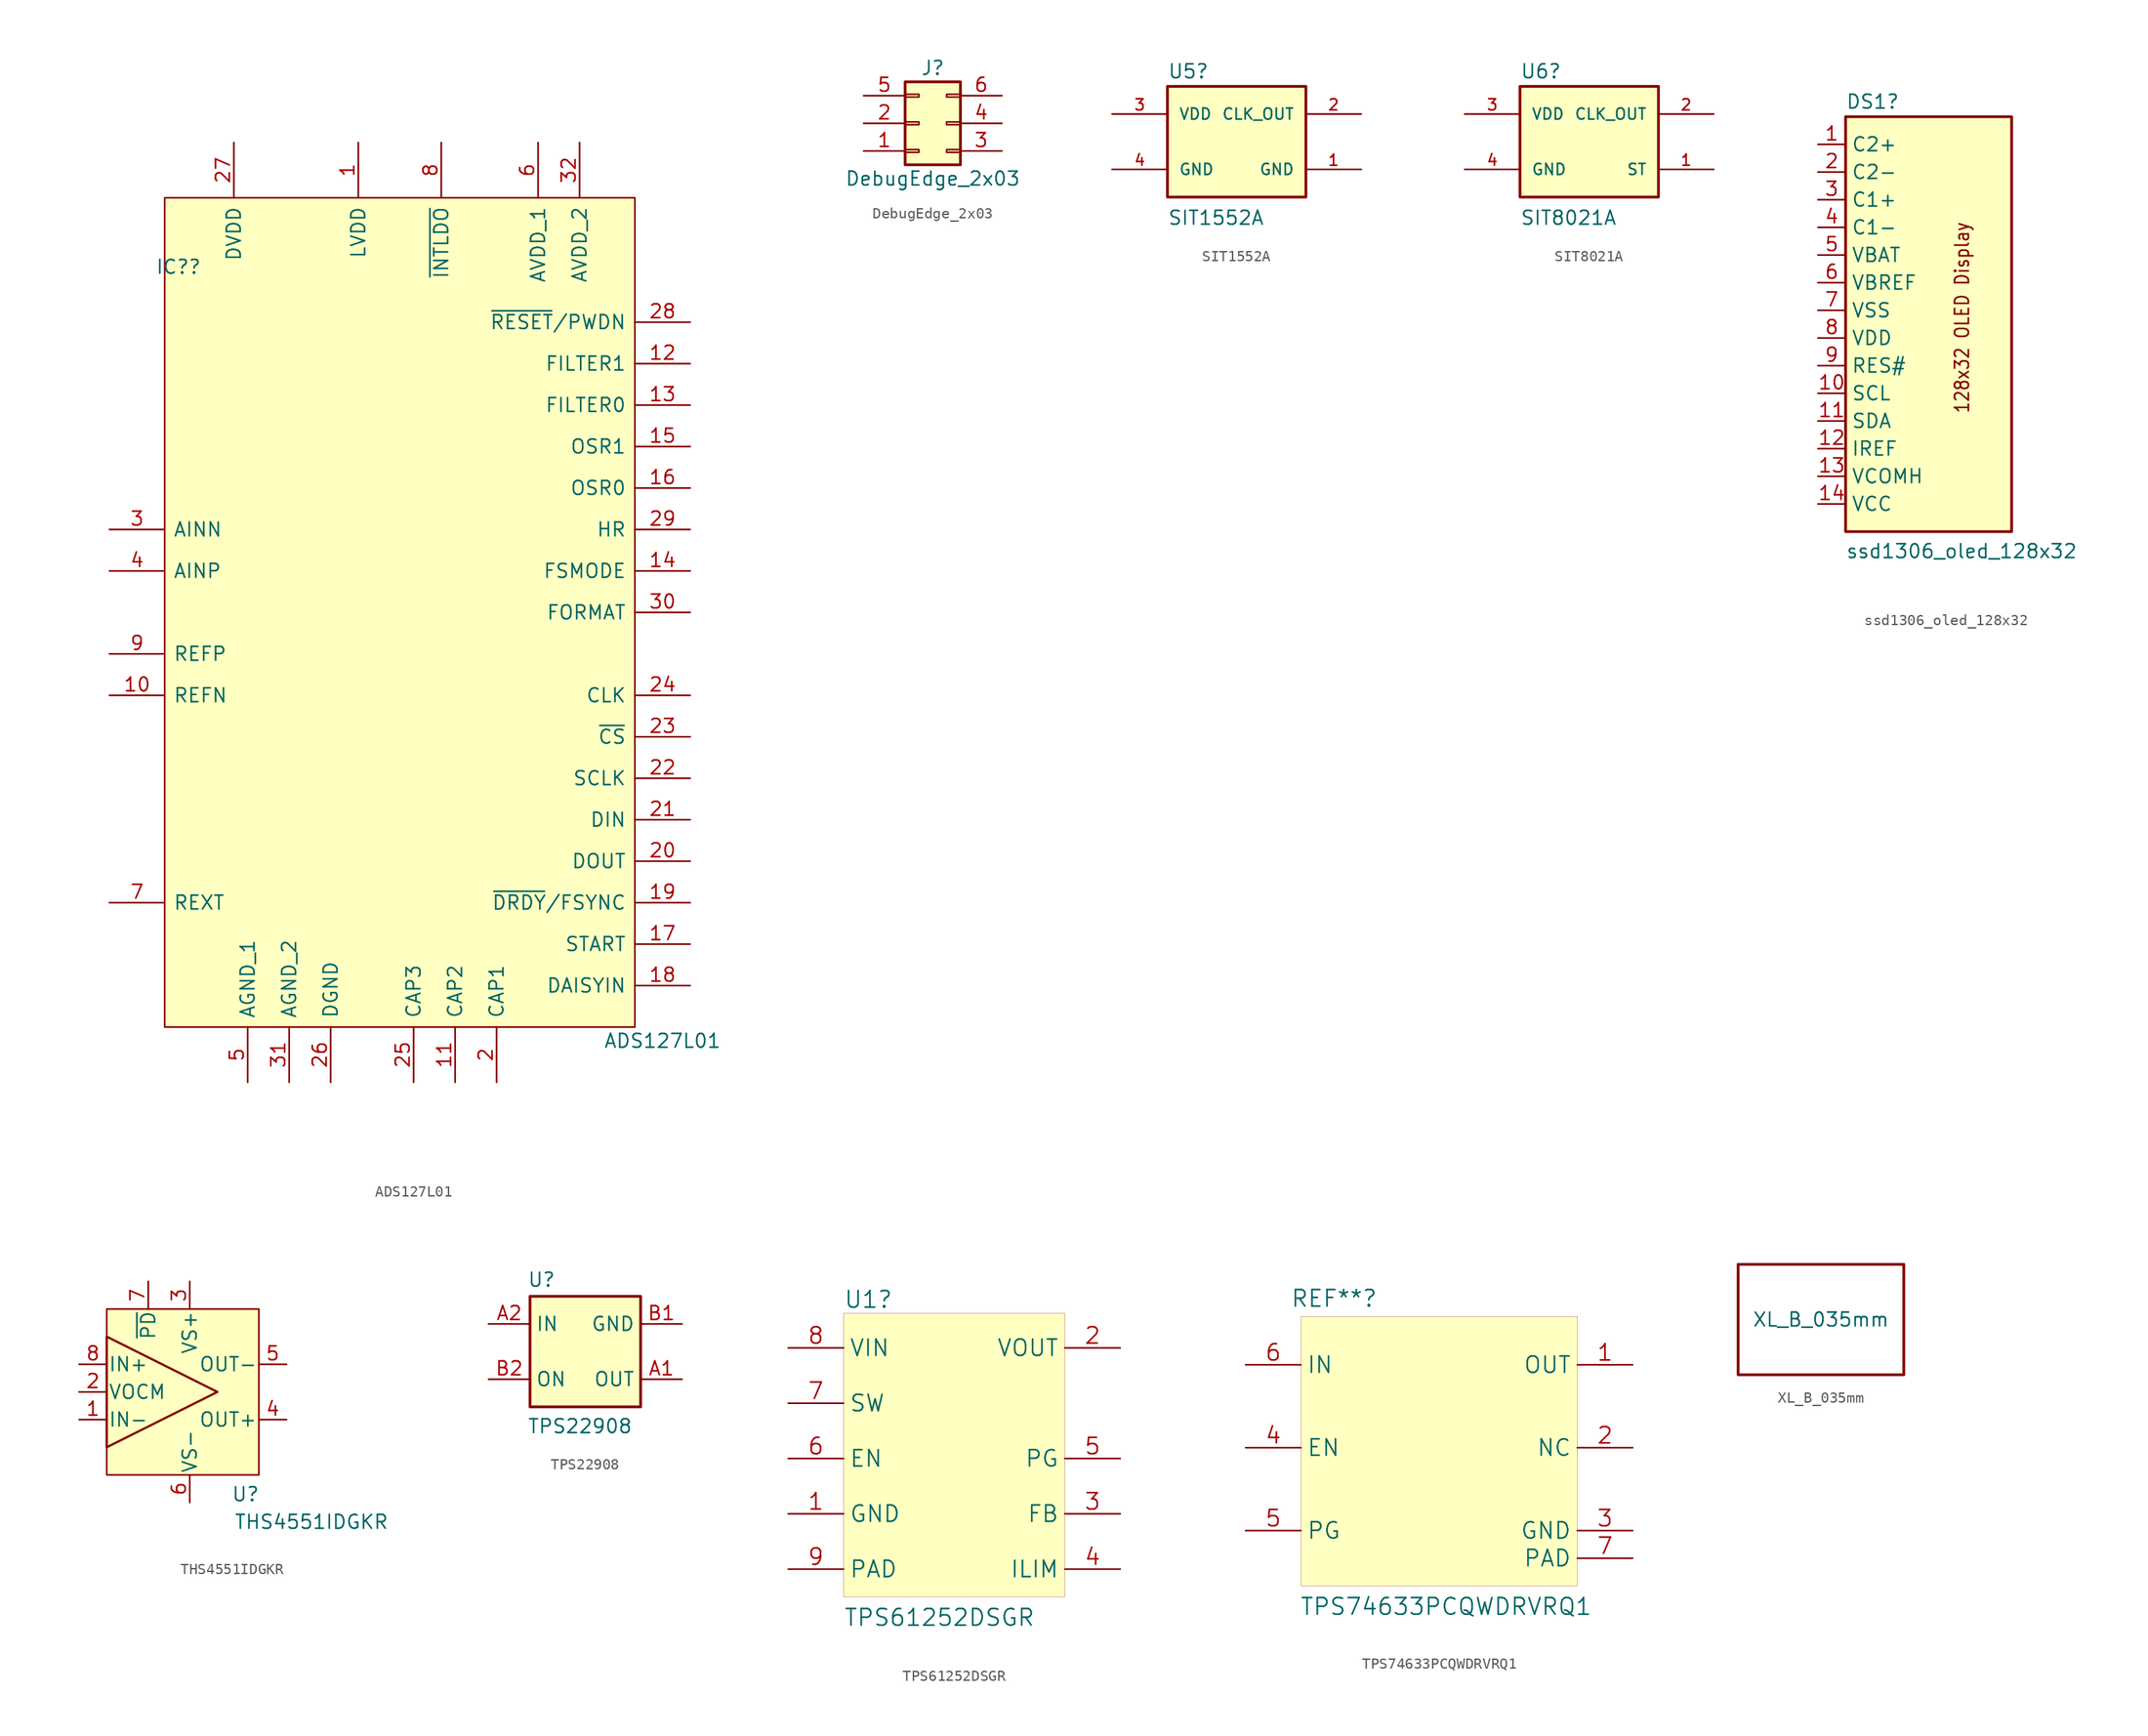
<source format=kicad_sym>
(kicad_symbol_lib
  (version 20231120)
  (generator "kicad_symbol_editor")
  (generator_version "8.0")
  (symbol "ADS127L01"
    (pin_names
      (offset 0.762))
    (property "Reference" "IC?"
      (at -21.59 36.83 0)
      (effects (font (size 1.27 1.27))))
    (property "Value" "ADS127L01"
      (at 22.86 -34.29 0)
      (effects (font (size 1.27 1.27))))
    (symbol "ADS127L01_0_0"
      (pin passive line (at -5.08 48.26 270) (length 5.08) (name "LVDD" (effects (font (size 1.27 1.27)))) (number "1" (effects (font (size 1.27 1.27)))))
      (pin passive line (at -27.94 -2.54 0) (length 5.08) (name "REFN" (effects (font (size 1.27 1.27)))) (number "10" (effects (font (size 1.27 1.27)))))
      (pin passive line (at 3.81 -38.1 90) (length 5.08) (name "CAP2" (effects (font (size 1.27 1.27)))) (number "11" (effects (font (size 1.27 1.27)))))
      (pin passive line (at 25.4 27.94 180) (length 5.08) (name "FILTER1" (effects (font (size 1.27 1.27)))) (number "12" (effects (font (size 1.27 1.27)))))
      (pin passive line (at 25.4 24.13 180) (length 5.08) (name "FILTER0" (effects (font (size 1.27 1.27)))) (number "13" (effects (font (size 1.27 1.27)))))
      (pin passive line (at 25.4 8.89 180) (length 5.08) (name "FSMODE" (effects (font (size 1.27 1.27)))) (number "14" (effects (font (size 1.27 1.27)))))
      (pin passive line (at 25.4 20.32 180) (length 5.08) (name "OSR1" (effects (font (size 1.27 1.27)))) (number "15" (effects (font (size 1.27 1.27)))))
      (pin passive line (at 25.4 16.51 180) (length 5.08) (name "OSR0" (effects (font (size 1.27 1.27)))) (number "16" (effects (font (size 1.27 1.27)))))
      (pin passive line (at 25.4 -25.4 180) (length 5.08) (name "START" (effects (font (size 1.27 1.27)))) (number "17" (effects (font (size 1.27 1.27)))))
      (pin passive line (at 25.4 -29.21 180) (length 5.08) (name "DAISYIN" (effects (font (size 1.27 1.27)))) (number "18" (effects (font (size 1.27 1.27)))))
      (pin passive line (at 25.4 -21.59 180) (length 5.08) (name "~{DRDY}/FSYNC" (effects (font (size 1.27 1.27)))) (number "19" (effects (font (size 1.27 1.27)))))
      (pin passive line (at 7.62 -38.1 90) (length 5.08) (name "CAP1" (effects (font (size 1.27 1.27)))) (number "2" (effects (font (size 1.27 1.27)))))
      (pin passive line (at 25.4 -17.78 180) (length 5.08) (name "DOUT" (effects (font (size 1.27 1.27)))) (number "20" (effects (font (size 1.27 1.27)))))
      (pin passive line (at 25.4 -13.97 180) (length 5.08) (name "DIN" (effects (font (size 1.27 1.27)))) (number "21" (effects (font (size 1.27 1.27)))))
      (pin passive line (at 25.4 -10.16 180) (length 5.08) (name "SCLK" (effects (font (size 1.27 1.27)))) (number "22" (effects (font (size 1.27 1.27)))))
      (pin passive line (at 25.4 -6.35 180) (length 5.08) (name "~{CS}" (effects (font (size 1.27 1.27)))) (number "23" (effects (font (size 1.27 1.27)))))
      (pin passive line (at 25.4 -2.54 180) (length 5.08) (name "CLK" (effects (font (size 1.27 1.27)))) (number "24" (effects (font (size 1.27 1.27)))))
      (pin passive line (at 0 -38.1 90) (length 5.08) (name "CAP3" (effects (font (size 1.27 1.27)))) (number "25" (effects (font (size 1.27 1.27)))))
      (pin passive line (at -7.62 -38.1 90) (length 5.08) (name "DGND" (effects (font (size 1.27 1.27)))) (number "26" (effects (font (size 1.27 1.27)))))
      (pin passive line (at -16.51 48.26 270) (length 5.08) (name "DVDD" (effects (font (size 1.27 1.27)))) (number "27" (effects (font (size 1.27 1.27)))))
      (pin passive line (at 25.4 31.75 180) (length 5.08) (name "~{RESET}/PWDN" (effects (font (size 1.27 1.27)))) (number "28" (effects (font (size 1.27 1.27)))))
      (pin passive line (at 25.4 12.7 180) (length 5.08) (name "HR" (effects (font (size 1.27 1.27)))) (number "29" (effects (font (size 1.27 1.27)))))
      (pin passive line (at -27.94 12.7 0) (length 5.08) (name "AINN" (effects (font (size 1.27 1.27)))) (number "3" (effects (font (size 1.27 1.27)))))
      (pin passive line (at 25.4 5.08 180) (length 5.08) (name "FORMAT" (effects (font (size 1.27 1.27)))) (number "30" (effects (font (size 1.27 1.27)))))
      (pin passive line (at -11.43 -38.1 90) (length 5.08) (name "AGND_2" (effects (font (size 1.27 1.27)))) (number "31" (effects (font (size 1.27 1.27)))))
      (pin passive line (at 15.24 48.26 270) (length 5.08) (name "AVDD_2" (effects (font (size 1.27 1.27)))) (number "32" (effects (font (size 1.27 1.27)))))
      (pin passive line (at -27.94 8.89 0) (length 5.08) (name "AINP" (effects (font (size 1.27 1.27)))) (number "4" (effects (font (size 1.27 1.27)))))
      (pin passive line (at -15.24 -38.1 90) (length 5.08) (name "AGND_1" (effects (font (size 1.27 1.27)))) (number "5" (effects (font (size 1.27 1.27)))))
      (pin passive line (at 11.43 48.26 270) (length 5.08) (name "AVDD_1" (effects (font (size 1.27 1.27)))) (number "6" (effects (font (size 1.27 1.27)))))
      (pin bidirectional line (at -27.94 -21.59 0) (length 5.08) (name "REXT" (effects (font (size 1.27 1.27)))) (number "7" (effects (font (size 1.27 1.27)))))
      (pin passive line (at 2.54 48.26 270) (length 5.08) (name "~{INTLDO}" (effects (font (size 1.27 1.27)))) (number "8" (effects (font (size 1.27 1.27)))))
      (pin passive line (at -27.94 1.27 0) (length 5.08) (name "REFP" (effects (font (size 1.27 1.27)))) (number "9" (effects (font (size 1.27 1.27))))))
    (symbol "ADS127L01_0_1"
      (rectangle (start 20.32 43.18) (end -22.86 -33.02) (stroke (width 0) (type solid)) (fill (type background)))))
  (symbol "DebugEdge_2x03"
    (pin_names
      (offset 1.016) hide)
    (property "Reference" "J"
      (at 1.27 5.08 0)
      (effects (font (size 1.27 1.27))))
    (property "Value" "DebugEdge_2x03"
      (at 1.27 -5.08 0)
      (effects (font (size 1.27 1.27))))
    (symbol "DebugEdge_2x03_1_1"
      (rectangle (start -1.27 -2.413) (end 0 -2.667) (stroke (width 0.152) (type default)) (fill (type none)))
      (rectangle (start -1.27 0.127) (end 0 -0.127) (stroke (width 0.152) (type default)) (fill (type none)))
      (rectangle (start -1.27 2.667) (end 0 2.413) (stroke (width 0.152) (type default)) (fill (type none)))
      (rectangle (start -1.27 3.81) (end 3.81 -3.81) (stroke (width 0.254) (type default)) (fill (type background)))
      (rectangle (start 3.81 -2.413) (end 2.54 -2.667) (stroke (width 0.152) (type default)) (fill (type none)))
      (rectangle (start 3.81 0.127) (end 2.54 -0.127) (stroke (width 0.152) (type default)) (fill (type none)))
      (rectangle (start 3.81 2.667) (end 2.54 2.413) (stroke (width 0.152) (type default)) (fill (type none)))
      (pin passive line (at -5.08 -2.54 0) (length 3.81) (name "Pin_1" (effects (font (size 1.27 1.27)))) (number "1" (effects (font (size 1.27 1.27)))))
      (pin passive line (at -5.08 0 0) (length 3.81) (name "Pin_2" (effects (font (size 1.27 1.27)))) (number "2" (effects (font (size 1.27 1.27)))))
      (pin passive line (at 7.62 -2.54 180) (length 3.81) (name "Pin_3" (effects (font (size 1.27 1.27)))) (number "3" (effects (font (size 1.27 1.27)))))
      (pin passive line (at 7.62 0 180) (length 3.81) (name "Pin_4" (effects (font (size 1.27 1.27)))) (number "4" (effects (font (size 1.27 1.27)))))
      (pin passive line (at -5.08 2.54 0) (length 3.81) (name "Pin_5" (effects (font (size 1.27 1.27)))) (number "5" (effects (font (size 1.27 1.27)))))
      (pin passive line (at 7.62 2.54 180) (length 3.81) (name "Pin_6" (effects (font (size 1.27 1.27)))) (number "6" (effects (font (size 1.27 1.27)))))))
  (symbol "SIT1552A"
    (pin_names
      (offset 1.016))
    (property "Reference" "U5"
      (at -6.35 5.715 0)
      (effects (font (size 1.27 1.27)) (justify left bottom)))
    (property "Value" "SIT1552A"
      (at -6.35 -6.985 0)
      (effects (font (size 1.27 1.27)) (justify left)))
    (symbol "SIT1552A_0_0"
      (rectangle (start -6.35 5.08) (end 6.35 -5.08) (stroke (width 0.254) (type default)) (fill (type background)))
      (pin power_in line (at 11.43 -2.54 180) (length 5.08) (name "GND" (effects (font (size 1.016 1.016)))) (number "1" (effects (font (size 1.016 1.016)))))
      (pin output line (at 11.43 2.54 180) (length 5.08) (name "CLK_OUT" (effects (font (size 1.016 1.016)))) (number "2" (effects (font (size 1.016 1.016)))))
      (pin passive line (at -11.43 2.54 0) (length 5.08) (name "VDD" (effects (font (size 1.016 1.016)))) (number "3" (effects (font (size 1.016 1.016)))))
      (pin power_in line (at -11.43 -2.54 0) (length 5.08) (name "GND" (effects (font (size 1.016 1.016)))) (number "4" (effects (font (size 1.016 1.016)))))))
  (symbol "SIT8021A"
    (pin_names
      (offset 1.016))
    (property "Reference" "U6"
      (at -6.35 5.715 0)
      (effects (font (size 1.27 1.27)) (justify left bottom)))
    (property "Value" "SIT8021A"
      (at -6.35 -6.985 0)
      (effects (font (size 1.27 1.27)) (justify left)))
    (symbol "SIT8021A_0_0"
      (rectangle (start -6.35 5.08) (end 6.35 -5.08) (stroke (width 0.254) (type default)) (fill (type background)))
      (pin input line (at 11.43 -2.54 180) (length 5.08) (name "ST" (effects (font (size 1.016 1.016)))) (number "1" (effects (font (size 1.016 1.016)))))
      (pin output line (at 11.43 2.54 180) (length 5.08) (name "CLK_OUT" (effects (font (size 1.016 1.016)))) (number "2" (effects (font (size 1.016 1.016)))))
      (pin passive line (at -11.43 2.54 0) (length 5.08) (name "VDD" (effects (font (size 1.016 1.016)))) (number "3" (effects (font (size 1.016 1.016)))))
      (pin power_in line (at -11.43 -2.54 0) (length 5.08) (name "GND" (effects (font (size 1.016 1.016)))) (number "4" (effects (font (size 1.016 1.016)))))))
  (symbol "ssd1306_oled_128x32"
    (property "Reference" "DS1"
      (at -7.62 20.955 0)
      (effects (font (size 1.27 1.27)) (justify left bottom)))
    (property "Value" "ssd1306_oled_128x32"
      (at -7.62 -20.32 0)
      (effects (font (size 1.27 1.27)) (justify left bottom)))
    (symbol "ssd1306_oled_128x32_0_1"
      (rectangle (start -7.62 20.32) (end 7.62 -17.78) (stroke (width 0.254) (type default)) (fill (type background))))
    (symbol "ssd1306_oled_128x32_1_0"
      (text "128x32 OLED Display" (at 3.81 -6.985 900) (effects (font (size 1.27 1.079)) (justify left bottom)))
      (pin bidirectional line (at -10.16 17.78 0) (length 2.54) (name "C2+" (effects (font (size 1.27 1.27)))) (number "1" (effects (font (size 1.27 1.27)))))
      (pin bidirectional line (at -10.16 -5.08 0) (length 2.54) (name "SCL" (effects (font (size 1.27 1.27)))) (number "10" (effects (font (size 1.27 1.27)))))
      (pin bidirectional line (at -10.16 -7.62 0) (length 2.54) (name "SDA" (effects (font (size 1.27 1.27)))) (number "11" (effects (font (size 1.27 1.27)))))
      (pin bidirectional line (at -10.16 -10.16 0) (length 2.54) (name "IREF" (effects (font (size 1.27 1.27)))) (number "12" (effects (font (size 1.27 1.27)))))
      (pin passive line (at -10.16 -12.7 0) (length 2.54) (name "VCOMH" (effects (font (size 1.27 1.27)))) (number "13" (effects (font (size 1.27 1.27)))))
      (pin passive line (at -10.16 -15.24 0) (length 2.54) (name "VCC" (effects (font (size 1.27 1.27)))) (number "14" (effects (font (size 1.27 1.27)))))
      (pin bidirectional line (at -10.16 15.24 0) (length 2.54) (name "C2-" (effects (font (size 1.27 1.27)))) (number "2" (effects (font (size 1.27 1.27)))))
      (pin bidirectional line (at -10.16 12.7 0) (length 2.54) (name "C1+" (effects (font (size 1.27 1.27)))) (number "3" (effects (font (size 1.27 1.27)))))
      (pin bidirectional line (at -10.16 10.16 0) (length 2.54) (name "C1-" (effects (font (size 1.27 1.27)))) (number "4" (effects (font (size 1.27 1.27)))))
      (pin power_in line (at -10.16 7.62 0) (length 2.54) (name "VBAT" (effects (font (size 1.27 1.27)))) (number "5" (effects (font (size 1.27 1.27)))))
      (pin power_in line (at -10.16 5.08 0) (length 2.54) (name "VBREF" (effects (font (size 1.27 1.27)))) (number "6" (effects (font (size 1.27 1.27)))))
      (pin power_in line (at -10.16 2.54 0) (length 2.54) (name "VSS" (effects (font (size 1.27 1.27)))) (number "7" (effects (font (size 1.27 1.27)))))
      (pin power_in line (at -10.16 0 0) (length 2.54) (name "VDD" (effects (font (size 1.27 1.27)))) (number "8" (effects (font (size 1.27 1.27)))))
      (pin bidirectional line (at -10.16 -2.54 0) (length 2.54) (name "RES#" (effects (font (size 1.27 1.27)))) (number "9" (effects (font (size 1.27 1.27)))))))
  (symbol "THS4551IDGKR"
    (pin_names
      (offset 0.127))
    (property "Reference" "U"
      (at 6.35 -9.398 0)
      (effects (font (size 1.27 1.27)) (justify left)))
    (property "Value" "THS4551IDGKR"
      (at 6.604 -11.938 0)
      (effects (font (size 1.27 1.27)) (justify left)))
    (symbol "THS4551IDGKR_1_1"
      (rectangle (start -5.08 7.62) (end 8.89 -7.62) (stroke (width 0) (type default)) (fill (type background)))
      (polyline (pts (xy -5.08 5.08) (xy 5.08 0) (xy -5.08 -5.08) (xy -5.08 5.08)) (stroke (width 0.203) (type default)) (fill (type background)))
      (pin input line (at -7.62 -2.54 0) (length 2.54) (name "IN-" (effects (font (size 1.27 1.27)))) (number "1" (effects (font (size 1.27 1.27)))))
      (pin input line (at -7.62 0 0) (length 2.54) (name "VOCM" (effects (font (size 1.27 1.27)))) (number "2" (effects (font (size 1.27 1.27)))))
      (pin power_in line (at 2.54 10.16 270) (length 2.54) (name "VS+" (effects (font (size 1.27 1.27)))) (number "3" (effects (font (size 1.27 1.27)))))
      (pin output line (at 11.43 -2.54 180) (length 2.54) (name "OUT+" (effects (font (size 1.27 1.27)))) (number "4" (effects (font (size 1.27 1.27)))))
      (pin output line (at 11.43 2.54 180) (length 2.54) (name "OUT-" (effects (font (size 1.27 1.27)))) (number "5" (effects (font (size 1.27 1.27)))))
      (pin power_in line (at 2.54 -10.16 90) (length 2.54) (name "VS-" (effects (font (size 1.27 1.27)))) (number "6" (effects (font (size 1.27 1.27)))))
      (pin input line (at -1.27 10.16 270) (length 2.54) (name "~{PD}" (effects (font (size 1.27 1.27)))) (number "7" (effects (font (size 1.27 1.27)))))
      (pin input line (at -7.62 2.54 0) (length 2.54) (name "IN+" (effects (font (size 1.27 1.27)))) (number "8" (effects (font (size 1.27 1.27)))))))
  (symbol "TPS22908"
    (property "Reference" "U"
      (at -5.334 6.604 0)
      (effects (font (size 1.27 1.27)) (justify left)))
    (property "Value" "TPS22908"
      (at -5.334 -6.858 0)
      (effects (font (size 1.27 1.27)) (justify left)))
    (symbol "TPS22908_0_1"
      (rectangle (start -5.08 5.08) (end 5.08 -5.08) (stroke (width 0.254) (type default)) (fill (type background))))
    (symbol "TPS22908_1_1"
      (pin power_out line (at 8.89 -2.54 180) (length 3.81) (name "OUT" (effects (font (size 1.27 1.27)))) (number "A1" (effects (font (size 1.27 1.27)))))
      (pin power_in line (at -8.89 2.54 0) (length 3.81) (name "IN" (effects (font (size 1.27 1.27)))) (number "A2" (effects (font (size 1.27 1.27)))))
      (pin power_in line (at 8.89 2.54 180) (length 3.81) (name "GND" (effects (font (size 1.27 1.27)))) (number "B1" (effects (font (size 1.27 1.27)))))
      (pin input line (at -8.89 -2.54 0) (length 3.81) (name "ON" (effects (font (size 1.27 1.27)))) (number "B2" (effects (font (size 1.27 1.27)))))))
  (symbol "TPS61252DSGR"
    (property "Reference" "U1"
      (at -10.16 20.955 0)
      (effects (font (size 1.524 1.524)) (justify left)))
    (property "Value" "TPS61252DSGR"
      (at -10.16 -8.255 0)
      (effects (font (size 1.524 1.524)) (justify left)))
    (property "Datasheet" ""
      (at 0 0 0)
      (effects (font (size 1.524 1.524))))
    (symbol "TPS61252DSGR_0_1"
      (rectangle (start -10.16 19.685) (end 10.16 -6.35) (stroke (width 0.001) (type default)) (fill (type background))))
    (symbol "TPS61252DSGR_1_1"
      (pin power_in line (at -15.24 1.27 0) (length 5.08) (name "GND" (effects (font (size 1.499 1.499)))) (number "1" (effects (font (size 1.499 1.499)))))
      (pin power_out line (at 15.24 16.51 180) (length 5.08) (name "VOUT" (effects (font (size 1.499 1.499)))) (number "2" (effects (font (size 1.499 1.499)))))
      (pin input line (at 15.24 1.27 180) (length 5.08) (name "FB" (effects (font (size 1.499 1.499)))) (number "3" (effects (font (size 1.499 1.499)))))
      (pin input line (at 15.24 -3.81 180) (length 5.08) (name "ILIM" (effects (font (size 1.499 1.499)))) (number "4" (effects (font (size 1.499 1.499)))))
      (pin open_collector line (at 15.24 6.35 180) (length 5.08) (name "PG" (effects (font (size 1.499 1.499)))) (number "5" (effects (font (size 1.499 1.499)))))
      (pin input line (at -15.24 6.35 0) (length 5.08) (name "EN" (effects (font (size 1.499 1.499)))) (number "6" (effects (font (size 1.499 1.499)))))
      (pin passive line (at -15.24 11.43 0) (length 5.08) (name "SW" (effects (font (size 1.499 1.499)))) (number "7" (effects (font (size 1.499 1.499)))))
      (pin power_in line (at -15.24 16.51 0) (length 5.08) (name "VIN" (effects (font (size 1.499 1.499)))) (number "8" (effects (font (size 1.499 1.499)))))
      (pin power_in line (at -15.24 -3.81 0) (length 5.08) (name "PAD" (effects (font (size 1.499 1.499)))) (number "9" (effects (font (size 1.499 1.499)))))))
  (symbol "TPS74633PCQWDRVRQ1"
    (property "Reference" "REF**"
      (at -9.652 13.716 0)
      (effects (font (size 1.524 1.524))))
    (property "Value" "TPS74633PCQWDRVRQ1"
      (at 0.635 -14.605 0)
      (effects (font (size 1.524 1.524))))
    (property "Datasheet" ""
      (at 0 0 0)
      (effects (font (size 1.524 1.524))))
    (symbol "TPS74633PCQWDRVRQ1_0_1"
      (rectangle (start -12.7 12.065) (end 12.7 -12.7) (stroke (width 0.001) (type default)) (fill (type background))))
    (symbol "TPS74633PCQWDRVRQ1_1_1"
      (pin power_out line (at 17.78 7.62 180) (length 5.08) (name "OUT" (effects (font (size 1.499 1.499)))) (number "1" (effects (font (size 1.499 1.499)))))
      (pin output line (at 17.78 0 180) (length 5.08) (name "NC" (effects (font (size 1.499 1.499)))) (number "2" (effects (font (size 1.499 1.499)))))
      (pin power_in line (at 17.78 -7.62 180) (length 5.08) (name "GND" (effects (font (size 1.499 1.499)))) (number "3" (effects (font (size 1.499 1.499)))))
      (pin input line (at -17.78 0 0) (length 5.08) (name "EN" (effects (font (size 1.499 1.499)))) (number "4" (effects (font (size 1.499 1.499)))))
      (pin output line (at -17.78 -7.62 0) (length 5.08) (name "PG" (effects (font (size 1.499 1.499)))) (number "5" (effects (font (size 1.499 1.499)))))
      (pin power_in line (at -17.78 7.62 0) (length 5.08) (name "IN" (effects (font (size 1.499 1.499)))) (number "6" (effects (font (size 1.499 1.499)))))
      (pin power_in line (at 17.78 -10.16 180) (length 5.08) (name "PAD" (effects (font (size 1.499 1.499)))) (number "7" (effects (font (size 1.499 1.499)))))))
  (symbol "XL_B_035mm"
    (pin_numbers hide)
    (pin_names
      (offset 0) hide)
    (property "Reference" "XL1"
      (at -6.35 3.81 0)
      (effects (font (size 1.27 1.27)) (hide yes)))
    (property "Value" "XL_B_035mm"
      (at 0 0 0)
      (effects (font (size 1.27 1.27))))
    (symbol "XL_B_035mm_0_1"
      (rectangle (start -7.62 5.08) (end 7.62 -5.08) (stroke (width 0.254) (type default)) (fill (type none))))))
</source>
